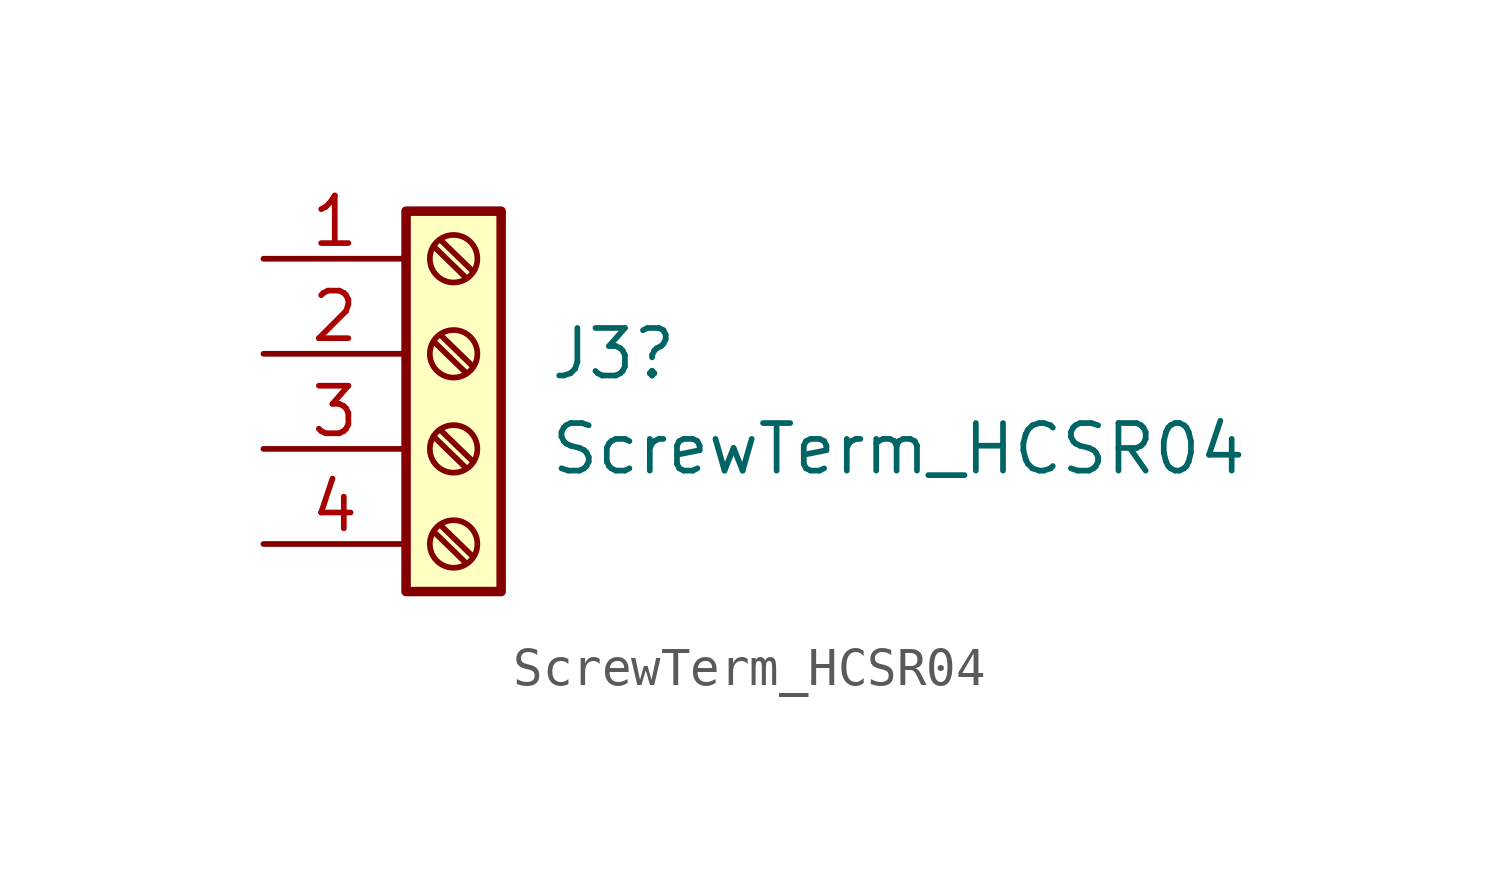
<source format=kicad_sym>
(kicad_symbol_lib
  (version 20231120)
  (generator "kicad_symbol_editor")
  (generator_version "8.0")
  (symbol "ScrewTerm_HCSR04"
    (pin_names
      (offset 1.016) hide)
    (property "Reference" "J3"
      (at 2.54 0.0001 0)
      (effects (font (size 1.27 1.27)) (justify left)))
    (property "Value" "ScrewTerm_HCSR04"
      (at 2.54 -2.54 0)
      (effects (font (size 1.27 1.27)) (justify left)))
    (symbol "ScrewTerm_HCSR04_1_1"
      (rectangle (start -1.27 3.81) (end 1.27 -6.35) (stroke (width 0.254) (type default)) (fill (type background)))
      (circle (center 0 -5.08) (radius 0.635) (stroke (width 0.152) (type default)) (fill (type none)))
      (circle (center 0 -2.54) (radius 0.635) (stroke (width 0.152) (type default)) (fill (type none)))
      (polyline (pts (xy -0.533 -4.75) (xy 0.33 -5.588)) (stroke (width 0.152) (type default)) (fill (type none)))
      (polyline (pts (xy -0.533 -2.21) (xy 0.33 -3.048)) (stroke (width 0.152) (type default)) (fill (type none)))
      (polyline (pts (xy -0.533 0.33) (xy 0.33 -0.508)) (stroke (width 0.152) (type default)) (fill (type none)))
      (polyline (pts (xy -0.533 2.87) (xy 0.33 2.032)) (stroke (width 0.152) (type default)) (fill (type none)))
      (polyline (pts (xy -0.356 -4.572) (xy 0.508 -5.41)) (stroke (width 0.152) (type default)) (fill (type none)))
      (polyline (pts (xy -0.356 -2.032) (xy 0.508 -2.87)) (stroke (width 0.152) (type default)) (fill (type none)))
      (polyline (pts (xy -0.356 0.508) (xy 0.508 -0.33)) (stroke (width 0.152) (type default)) (fill (type none)))
      (polyline (pts (xy -0.356 3.048) (xy 0.508 2.21)) (stroke (width 0.152) (type default)) (fill (type none)))
      (circle (center 0 0) (radius 0.635) (stroke (width 0.152) (type default)) (fill (type none)))
      (circle (center 0 2.54) (radius 0.635) (stroke (width 0.152) (type default)) (fill (type none)))
      (pin input line (at -5.08 2.54 0) (length 3.81) (name "Vcc" (effects (font (size 1.27 1.27)))) (number "1" (effects (font (size 1.27 1.27)))))
      (pin input line (at -5.08 0 0) (length 3.81) (name "TRIG" (effects (font (size 1.27 1.27)))) (number "2" (effects (font (size 1.27 1.27)))))
      (pin output line (at -5.08 -2.54 0) (length 3.81) (name "ECHO" (effects (font (size 1.27 1.27)))) (number "3" (effects (font (size 1.27 1.27)))))
      (pin output line (at -5.08 -5.08 0) (length 3.81) (name "GND" (effects (font (size 1.27 1.27)))) (number "4" (effects (font (size 1.27 1.27))))))))
</source>
